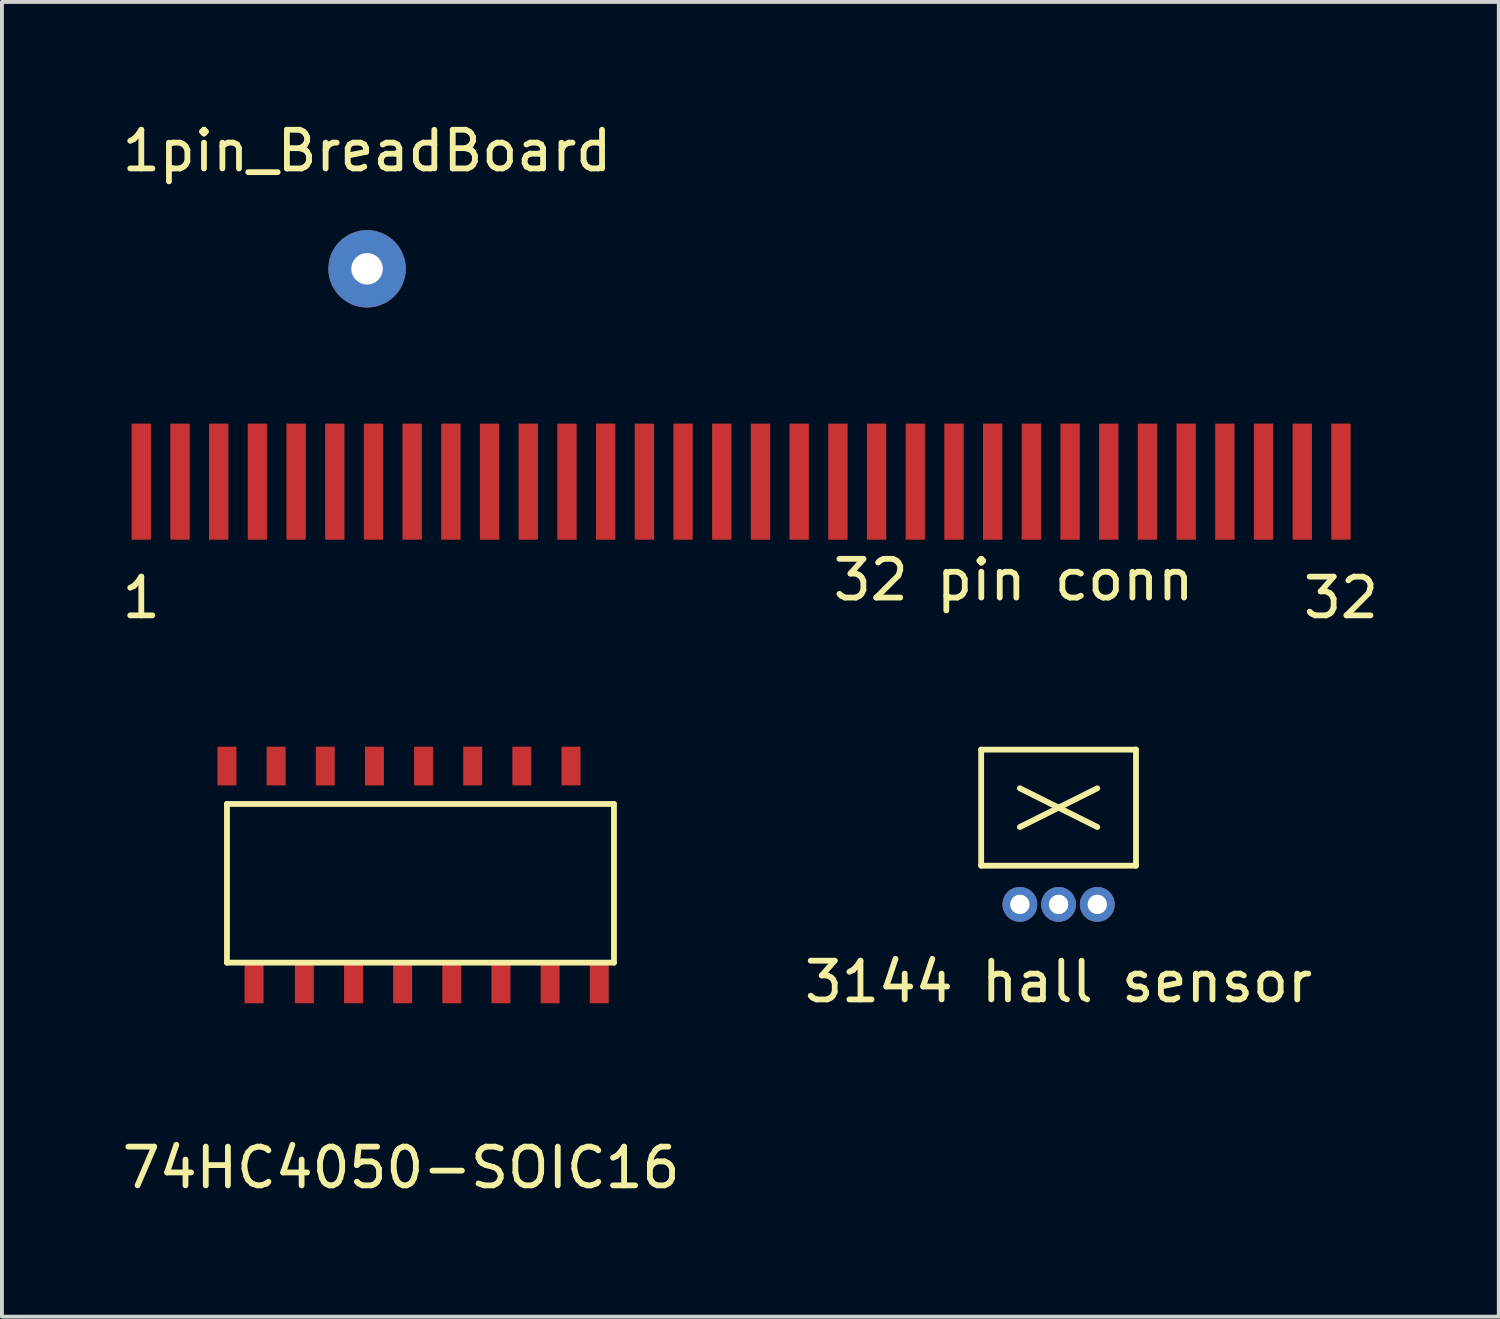
<source format=kicad_pcb>
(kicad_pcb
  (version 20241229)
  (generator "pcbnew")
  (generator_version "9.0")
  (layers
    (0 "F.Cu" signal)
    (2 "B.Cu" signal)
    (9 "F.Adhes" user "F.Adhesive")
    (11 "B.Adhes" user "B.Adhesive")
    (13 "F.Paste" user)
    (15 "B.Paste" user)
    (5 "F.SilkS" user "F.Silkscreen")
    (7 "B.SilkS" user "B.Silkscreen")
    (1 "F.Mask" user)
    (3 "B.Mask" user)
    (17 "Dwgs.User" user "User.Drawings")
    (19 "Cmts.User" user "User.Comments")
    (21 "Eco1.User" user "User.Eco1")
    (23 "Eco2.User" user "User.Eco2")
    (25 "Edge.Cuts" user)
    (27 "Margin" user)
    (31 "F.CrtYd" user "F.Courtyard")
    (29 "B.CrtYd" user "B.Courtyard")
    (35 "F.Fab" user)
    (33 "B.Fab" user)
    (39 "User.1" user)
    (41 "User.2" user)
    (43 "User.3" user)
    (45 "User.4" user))
  (footprint "1pin_BreadBoard"
    (layer "F.Cu")
    (at 6.435 3.896)
    (property "Reference" "1pin_BreadBoard" (at 0 -3.048 0) (layer "F.SilkS") (effects (font (size 1 1) (thickness 0.15))))
    (attr through_hole)
    (pad "1" thru_hole circle (at 0 0) (size 2 2) (drill 0.813) (layers "*.Cu" "*.Paste" "*.Mask")))
  (footprint "3144 hall sensor"
    (layer "F.Cu")
    (at 24.304 18.32)
    (property "Reference" "3144 hall sensor" (at 0 4 0) (layer "F.SilkS") (effects (font (size 1 1) (thickness 0.15))))
    (attr through_hole)
    (fp_line (start -2 -2) (end 2 -2) (stroke (width 0.15) (type solid)) (layer "F.SilkS"))
    (fp_line (start -2 1) (end -2 -2) (stroke (width 0.15) (type solid)) (layer "F.SilkS"))
    (fp_line (start -1 0) (end 1 -1) (stroke (width 0.15) (type solid)) (layer "F.SilkS"))
    (fp_line (start 1 0) (end -1 -1) (stroke (width 0.15) (type solid)) (layer "F.SilkS"))
    (fp_line (start 2 -2) (end 2 1) (stroke (width 0.15) (type solid)) (layer "F.SilkS"))
    (fp_line (start 2 1) (end -2 1) (stroke (width 0.15) (type solid)) (layer "F.SilkS"))
    (pad "1" thru_hole circle (at -1 2) (size 0.9 0.9) (drill 0.5) (layers "*.Cu" "*.Mask"))
    (pad "2" thru_hole circle (at 0 2) (size 0.9 0.9) (drill 0.5) (layers "*.Cu" "*.Mask"))
    (pad "3" thru_hole circle (at 1 2) (size 0.9 0.9) (drill 0.5) (layers "*.Cu" "*.Mask")))
  (footprint "32 pin conn"
    (layer "F.Cu")
    (at 16.601 9.396)
    (property "Reference" "32 pin conn" (at 6.54 2.54 0) (layer "F.SilkS") (effects (font (size 1 1) (thickness 0.15))))
    (attr through_hole)
    (fp_text user "32" (at 15 3 0) (layer "F.SilkS") (effects (font (size 1 1) (thickness 0.15))))
    (fp_text user "1" (at -16 3 0) (layer "F.SilkS") (effects (font (size 1 1) (thickness 0.15))))
    (pad "1" smd custom (at -16 0) (size 0.5 3) (layers "F.Cu" "F.Mask" "F.Paste") (options (anchor rect)) (primitives))
    (pad "2" smd custom (at -15 0) (size 0.5 3) (layers "F.Cu" "F.Mask" "F.Paste") (options (anchor rect)) (primitives))
    (pad "3" smd custom (at -14 0) (size 0.5 3) (layers "F.Cu" "F.Mask" "F.Paste") (options (anchor rect)) (primitives))
    (pad "4" smd custom (at -13 0) (size 0.5 3) (layers "F.Cu" "F.Mask" "F.Paste") (options (anchor rect)) (primitives))
    (pad "5" smd custom (at -12 0) (size 0.5 3) (layers "F.Cu" "F.Mask" "F.Paste") (options (anchor rect)) (primitives))
    (pad "6" smd custom (at -11 0) (size 0.5 3) (layers "F.Cu" "F.Mask" "F.Paste") (options (anchor rect)) (primitives))
    (pad "7" smd custom (at -10 0) (size 0.5 3) (layers "F.Cu" "F.Mask" "F.Paste") (options (anchor rect)) (primitives))
    (pad "8" smd custom (at -9 0) (size 0.5 3) (layers "F.Cu" "F.Mask" "F.Paste") (options (anchor rect)) (primitives))
    (pad "9" smd custom (at -8 0) (size 0.5 3) (layers "F.Cu" "F.Mask" "F.Paste") (options (anchor rect)) (primitives))
    (pad "10" smd custom (at -7 0) (size 0.5 3) (layers "F.Cu" "F.Mask" "F.Paste") (options (anchor rect)) (primitives))
    (pad "11" smd custom (at -6 0) (size 0.5 3) (layers "F.Cu" "F.Mask" "F.Paste") (options (anchor rect)) (primitives))
    (pad "12" smd custom (at -5 0) (size 0.5 3) (layers "F.Cu" "F.Mask" "F.Paste") (options (anchor rect)) (primitives))
    (pad "13" smd custom (at -4 0) (size 0.5 3) (layers "F.Cu" "F.Mask" "F.Paste") (options (anchor rect)) (primitives))
    (pad "14" smd custom (at -3 0) (size 0.5 3) (layers "F.Cu" "F.Mask" "F.Paste") (options (anchor rect)) (primitives))
    (pad "15" smd custom (at -2 0) (size 0.5 3) (layers "F.Cu" "F.Mask" "F.Paste") (options (anchor rect)) (primitives))
    (pad "16" smd custom (at -1 0) (size 0.5 3) (layers "F.Cu" "F.Mask" "F.Paste") (options (anchor rect)) (primitives))
    (pad "17" smd custom (at 0 0) (size 0.5 3) (layers "F.Cu" "F.Mask" "F.Paste") (options (anchor rect)) (primitives))
    (pad "18" smd custom (at 1 0) (size 0.5 3) (layers "F.Cu" "F.Mask" "F.Paste") (options (anchor rect)) (primitives))
    (pad "19" smd custom (at 2 0) (size 0.5 3) (layers "F.Cu" "F.Mask" "F.Paste") (options (anchor rect)) (primitives))
    (pad "20" smd custom (at 3 0) (size 0.5 3) (layers "F.Cu" "F.Mask" "F.Paste") (options (anchor rect)) (primitives))
    (pad "21" smd custom (at 4 0) (size 0.5 3) (layers "F.Cu" "F.Mask" "F.Paste") (options (anchor rect)) (primitives))
    (pad "22" smd custom (at 5 0) (size 0.5 3) (layers "F.Cu" "F.Mask" "F.Paste") (options (anchor rect)) (primitives))
    (pad "23" smd custom (at 6 0) (size 0.5 3) (layers "F.Cu" "F.Mask" "F.Paste") (options (anchor rect)) (primitives))
    (pad "24" smd custom (at 7 0) (size 0.5 3) (layers "F.Cu" "F.Mask" "F.Paste") (options (anchor rect)) (primitives))
    (pad "25" smd custom (at 8 0) (size 0.5 3) (layers "F.Cu" "F.Mask" "F.Paste") (options (anchor rect)) (primitives))
    (pad "26" smd custom (at 9 0) (size 0.5 3) (layers "F.Cu" "F.Mask" "F.Paste") (options (anchor rect)) (primitives))
    (pad "27" smd custom (at 10 0) (size 0.5 3) (layers "F.Cu" "F.Mask" "F.Paste") (options (anchor rect)) (primitives))
    (pad "28" smd custom (at 11 0) (size 0.5 3) (layers "F.Cu" "F.Mask" "F.Paste") (options (anchor rect)) (primitives))
    (pad "29" smd custom (at 12 0) (size 0.5 3) (layers "F.Cu" "F.Mask" "F.Paste") (options (anchor rect)) (primitives))
    (pad "30" smd custom (at 13 0) (size 0.5 3) (layers "F.Cu" "F.Mask" "F.Paste") (options (anchor rect)) (primitives))
    (pad "31" smd custom (at 14 0) (size 0.5 3) (layers "F.Cu" "F.Mask" "F.Paste") (options (anchor rect)) (primitives))
    (pad "32" smd custom (at 15 0) (size 0.5 3) (layers "F.Cu" "F.Mask" "F.Paste") (options (anchor rect)) (primitives)))
  (footprint "74HC4050-SOIC16"
    (layer "F.Cu")
    (at 2.815 21.825)
    (property "Reference" "74HC4050-SOIC16" (at 4.5 5.3 0) (layer "F.SilkS") (effects (font (size 1 1) (thickness 0.15))))
    (attr through_hole)
    (fp_line (start 0 -4.1) (end 0 0) (stroke (width 0.15) (type solid)) (layer "F.SilkS"))
    (fp_line (start 0 0) (end 10 0) (stroke (width 0.15) (type solid)) (layer "F.SilkS"))
    (fp_line (start 10 -4.1) (end 0 -4.1) (stroke (width 0.15) (type solid)) (layer "F.SilkS"))
    (fp_line (start 10 0) (end 10 -4.1) (stroke (width 0.15) (type solid)) (layer "F.SilkS"))
    (pad "1" smd rect (at 0.7 0.55) (size 0.49 1) (layers "F.Cu" "F.Mask" "F.Paste"))
    (pad "2" smd rect (at 2 0.55) (size 0.49 1) (layers "F.Cu" "F.Mask" "F.Paste"))
    (pad "3" smd rect (at 3.27 0.55) (size 0.49 1) (layers "F.Cu" "F.Mask" "F.Paste"))
    (pad "4" smd rect (at 4.54 0.55) (size 0.49 1) (layers "F.Cu" "F.Mask" "F.Paste"))
    (pad "5" smd rect (at 5.81 0.55) (size 0.49 1) (layers "F.Cu" "F.Mask" "F.Paste"))
    (pad "6" smd rect (at 7.08 0.55) (size 0.49 1) (layers "F.Cu" "F.Mask" "F.Paste"))
    (pad "7" smd rect (at 8.35 0.55) (size 0.49 1) (layers "F.Cu" "F.Mask" "F.Paste"))
    (pad "8" smd rect (at 9.62 0.55) (size 0.49 1) (layers "F.Cu" "F.Mask" "F.Paste"))
    (pad "9" smd rect (at 8.89 -5.08) (size 0.49 1) (layers "F.Cu" "F.Mask" "F.Paste"))
    (pad "10" smd rect (at 7.62 -5.08) (size 0.49 1) (layers "F.Cu" "F.Mask" "F.Paste"))
    (pad "11" smd rect (at 6.35 -5.08) (size 0.49 1) (layers "F.Cu" "F.Mask" "F.Paste"))
    (pad "12" smd rect (at 5.08 -5.08) (size 0.49 1) (layers "F.Cu" "F.Mask" "F.Paste"))
    (pad "13" smd rect (at 3.81 -5.08) (size 0.49 1) (layers "F.Cu" "F.Mask" "F.Paste"))
    (pad "14" smd rect (at 2.54 -5.08) (size 0.49 1) (layers "F.Cu" "F.Mask" "F.Paste"))
    (pad "15" smd rect (at 1.27 -5.08) (size 0.49 1) (layers "F.Cu" "F.Mask" "F.Paste"))
    (pad "16" smd rect (at 0 -5.08) (size 0.49 1) (layers "F.Cu" "F.Mask" "F.Paste")))
  (gr_rect
    (start -3 -3)
    (end 35.679 30.973)
    (stroke (width 0.1) (type default))
    (fill no)
    (layer "Edge.Cuts")))
</source>
